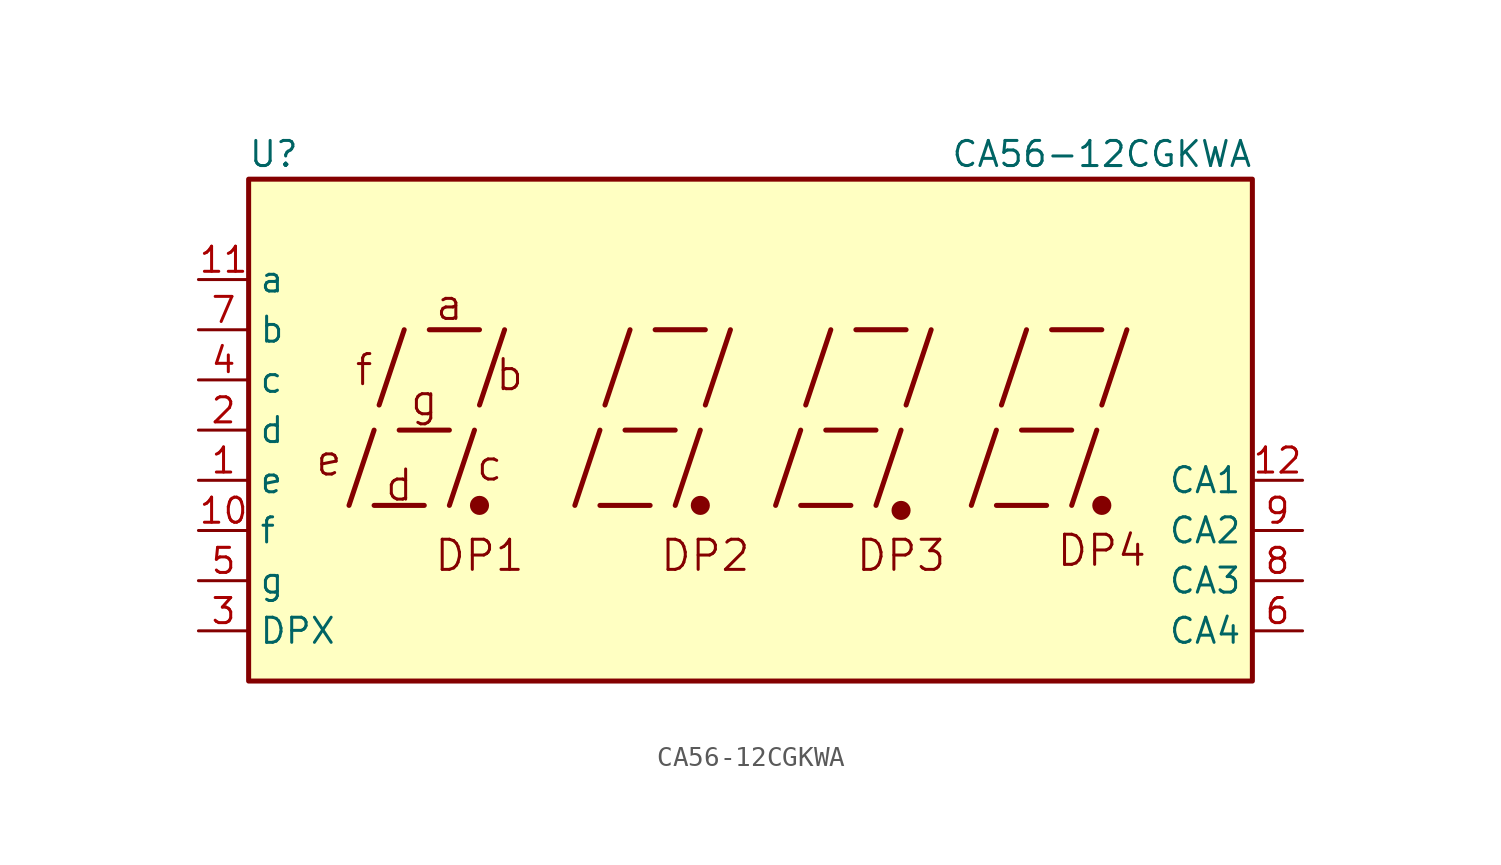
<source format=kicad_sym>
(kicad_symbol_lib
  (version 20231120)
  (generator "kicad_symbol_editor")
  (generator_version "8.0")
  (symbol "CA56-12CGKWA"
    (property "Reference" "U"
      (at -24.13 13.97 0)
      (effects (font (size 1.27 1.27))))
    (property "Value" "CA56-12CGKWA"
      (at 17.78 13.97 0)
      (effects (font (size 1.27 1.27))))
    (symbol "CA56-12CGKWA_0_0"
      (rectangle (start -25.4 12.7) (end 25.4 -12.7) (stroke (width 0.254) (type default)) (fill (type background)))
      (polyline (pts (xy -20.32 -3.81) (xy -19.05 0)) (stroke (width 0.254) (type default)) (fill (type none)))
      (polyline (pts (xy -19.05 -3.81) (xy -16.51 -3.81)) (stroke (width 0.254) (type default)) (fill (type none)))
      (polyline (pts (xy -18.796 1.27) (xy -17.526 5.08)) (stroke (width 0.254) (type default)) (fill (type none)))
      (polyline (pts (xy -17.78 0) (xy -15.24 0)) (stroke (width 0.254) (type default)) (fill (type none)))
      (polyline (pts (xy -16.256 5.08) (xy -13.716 5.08)) (stroke (width 0.254) (type default)) (fill (type none)))
      (polyline (pts (xy -15.24 -3.81) (xy -13.97 0)) (stroke (width 0.254) (type default)) (fill (type none)))
      (polyline (pts (xy -13.716 1.27) (xy -12.446 5.08)) (stroke (width 0.254) (type default)) (fill (type none)))
      (polyline (pts (xy -8.89 -3.81) (xy -7.62 0)) (stroke (width 0.254) (type default)) (fill (type none)))
      (polyline (pts (xy -7.62 -3.81) (xy -5.08 -3.81)) (stroke (width 0.254) (type default)) (fill (type none)))
      (polyline (pts (xy -7.366 1.27) (xy -6.096 5.08)) (stroke (width 0.254) (type default)) (fill (type none)))
      (polyline (pts (xy -6.35 0) (xy -3.81 0)) (stroke (width 0.254) (type default)) (fill (type none)))
      (polyline (pts (xy -4.826 5.08) (xy -2.286 5.08)) (stroke (width 0.254) (type default)) (fill (type none)))
      (polyline (pts (xy -3.81 -3.81) (xy -2.54 0)) (stroke (width 0.254) (type default)) (fill (type none)))
      (polyline (pts (xy -2.286 1.27) (xy -1.016 5.08)) (stroke (width 0.254) (type default)) (fill (type none)))
      (polyline (pts (xy 1.27 -3.81) (xy 2.54 0)) (stroke (width 0.254) (type default)) (fill (type none)))
      (polyline (pts (xy 2.54 -3.81) (xy 5.08 -3.81)) (stroke (width 0.254) (type default)) (fill (type none)))
      (polyline (pts (xy 2.794 1.27) (xy 4.064 5.08)) (stroke (width 0.254) (type default)) (fill (type none)))
      (polyline (pts (xy 3.81 0) (xy 6.35 0)) (stroke (width 0.254) (type default)) (fill (type none)))
      (polyline (pts (xy 5.334 5.08) (xy 7.874 5.08)) (stroke (width 0.254) (type default)) (fill (type none)))
      (polyline (pts (xy 6.35 -3.81) (xy 7.62 0)) (stroke (width 0.254) (type default)) (fill (type none)))
      (polyline (pts (xy 7.874 1.27) (xy 9.144 5.08)) (stroke (width 0.254) (type default)) (fill (type none)))
      (polyline (pts (xy 11.176 -3.81) (xy 12.446 0)) (stroke (width 0.254) (type default)) (fill (type none)))
      (polyline (pts (xy 12.446 -3.81) (xy 14.986 -3.81)) (stroke (width 0.254) (type default)) (fill (type none)))
      (polyline (pts (xy 12.7 1.27) (xy 13.97 5.08)) (stroke (width 0.254) (type default)) (fill (type none)))
      (polyline (pts (xy 13.716 0) (xy 16.256 0)) (stroke (width 0.254) (type default)) (fill (type none)))
      (polyline (pts (xy 15.24 5.08) (xy 17.78 5.08)) (stroke (width 0.254) (type default)) (fill (type none)))
      (polyline (pts (xy 16.256 -3.81) (xy 17.526 0)) (stroke (width 0.254) (type default)) (fill (type none)))
      (polyline (pts (xy 17.78 1.27) (xy 19.05 5.08)) (stroke (width 0.254) (type default)) (fill (type none)))
      (text "a" (at -15.24 6.35 0) (effects (font (size 1.524 1.524))))
      (text "b" (at -12.192 2.794 0) (effects (font (size 1.524 1.524))))
      (text "c" (at -13.208 -1.778 0) (effects (font (size 1.524 1.524))))
      (text "d" (at -17.78 -2.794 0) (effects (font (size 1.524 1.524))))
      (text "DP1" (at -13.716 -6.35 0) (effects (font (size 1.524 1.524))))
      (text "DP2" (at -2.286 -6.35 0) (effects (font (size 1.524 1.524))))
      (text "DP3" (at 7.62 -6.35 0) (effects (font (size 1.524 1.524))))
      (text "DP4" (at 17.78 -6.096 0) (effects (font (size 1.524 1.524))))
      (text "e" (at -21.336 -1.524 0) (effects (font (size 1.524 1.524))))
      (text "f" (at -19.558 3.048 0) (effects (font (size 1.524 1.524))))
      (text "g" (at -16.51 1.524 0) (effects (font (size 1.524 1.524)))))
    (symbol "CA56-12CGKWA_0_1"
      (circle (center -13.716 -3.81) (radius 0.356) (stroke (width 0.254) (type default)) (fill (type outline)))
      (circle (center -2.54 -3.81) (radius 0.356) (stroke (width 0.254) (type default)) (fill (type outline))))
    (symbol "CA56-12CGKWA_1_0"
      (circle (center 7.62 -4.064) (radius 0.356) (stroke (width 0.254) (type default)) (fill (type outline)))
      (circle (center 17.78 -3.81) (radius 0.356) (stroke (width 0.254) (type default)) (fill (type outline))))
    (symbol "CA56-12CGKWA_1_1"
      (pin input line (at -27.94 -2.54 0) (length 2.54) (name "e" (effects (font (size 1.27 1.27)))) (number "1" (effects (font (size 1.27 1.27)))))
      (pin input line (at -27.94 -5.08 0) (length 2.54) (name "f" (effects (font (size 1.27 1.27)))) (number "10" (effects (font (size 1.27 1.27)))))
      (pin input line (at -27.94 7.62 0) (length 2.54) (name "a" (effects (font (size 1.27 1.27)))) (number "11" (effects (font (size 1.27 1.27)))))
      (pin input line (at 27.94 -2.54 180) (length 2.54) (name "CA1" (effects (font (size 1.27 1.27)))) (number "12" (effects (font (size 1.27 1.27)))))
      (pin input line (at -27.94 0 0) (length 2.54) (name "d" (effects (font (size 1.27 1.27)))) (number "2" (effects (font (size 1.27 1.27)))))
      (pin input line (at -27.94 -10.16 0) (length 2.54) (name "DPX" (effects (font (size 1.27 1.27)))) (number "3" (effects (font (size 1.27 1.27)))))
      (pin input line (at -27.94 2.54 0) (length 2.54) (name "c" (effects (font (size 1.27 1.27)))) (number "4" (effects (font (size 1.27 1.27)))))
      (pin input line (at -27.94 -7.62 0) (length 2.54) (name "g" (effects (font (size 1.27 1.27)))) (number "5" (effects (font (size 1.27 1.27)))))
      (pin input line (at 27.94 -10.16 180) (length 2.54) (name "CA4" (effects (font (size 1.27 1.27)))) (number "6" (effects (font (size 1.27 1.27)))))
      (pin input line (at -27.94 5.08 0) (length 2.54) (name "b" (effects (font (size 1.27 1.27)))) (number "7" (effects (font (size 1.27 1.27)))))
      (pin input line (at 27.94 -7.62 180) (length 2.54) (name "CA3" (effects (font (size 1.27 1.27)))) (number "8" (effects (font (size 1.27 1.27)))))
      (pin input line (at 27.94 -5.08 180) (length 2.54) (name "CA2" (effects (font (size 1.27 1.27)))) (number "9" (effects (font (size 1.27 1.27))))))))
</source>
